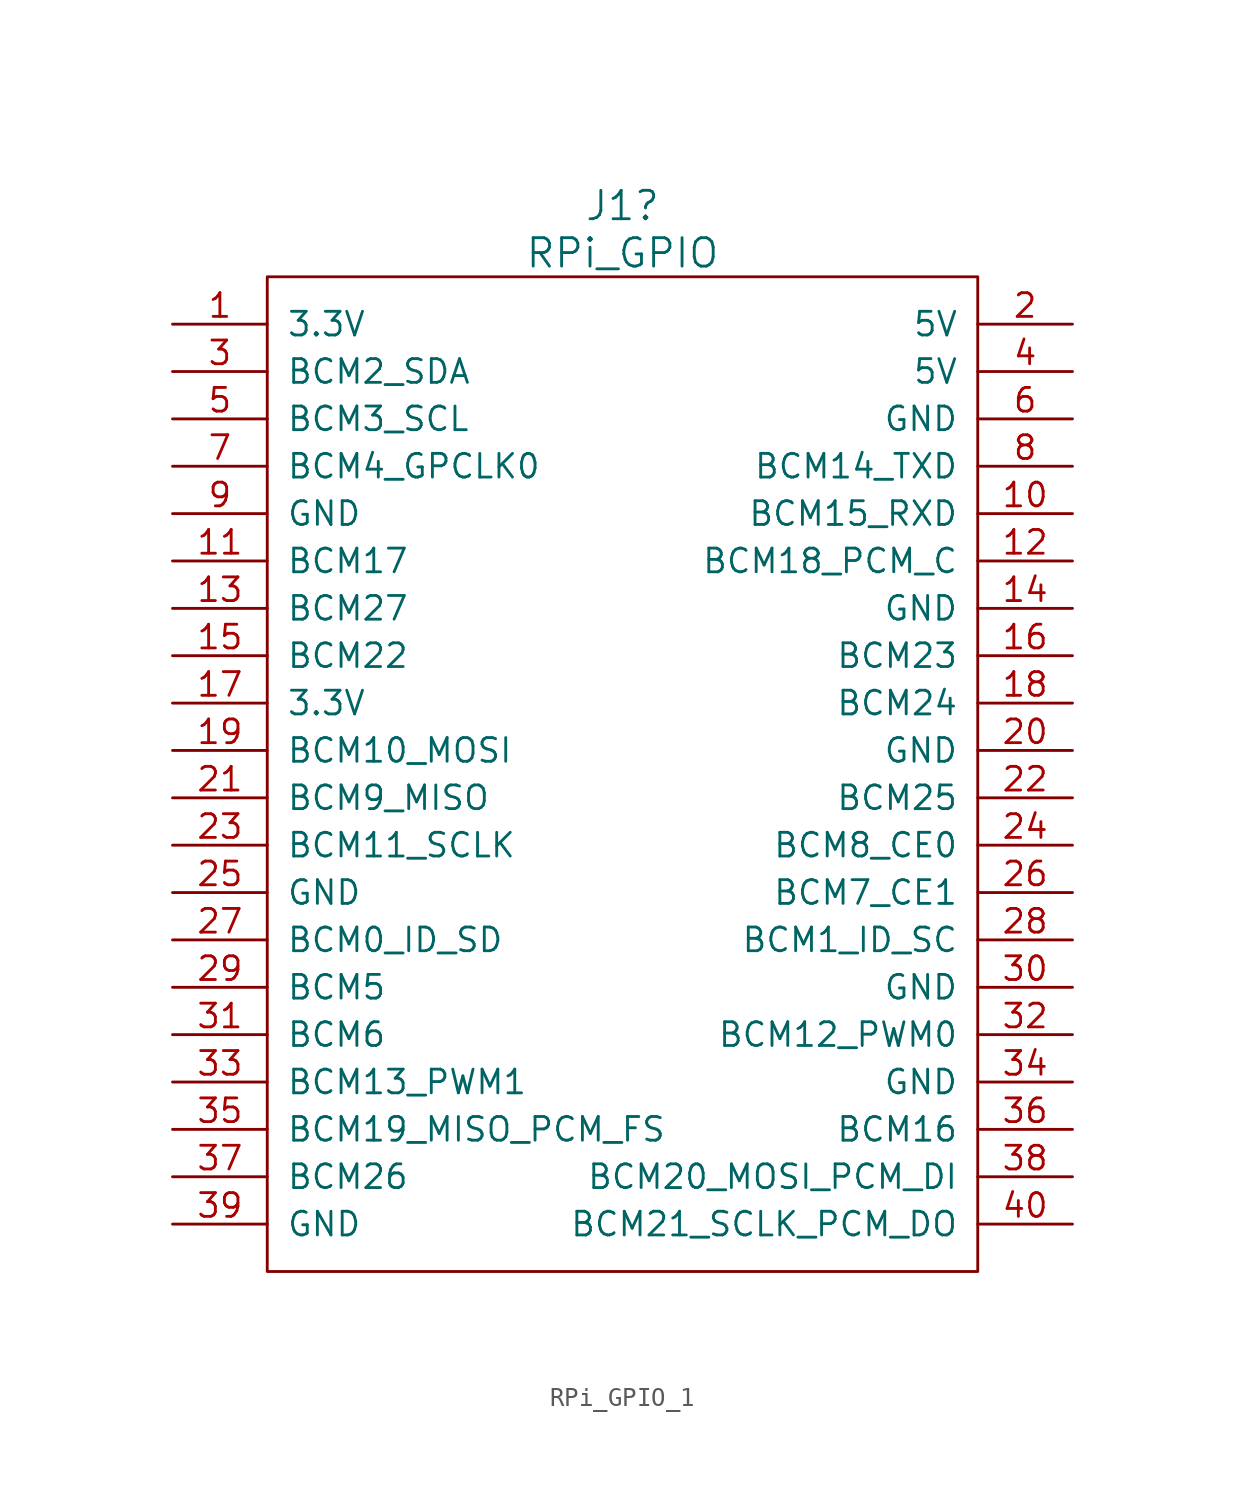
<source format=kicad_sym>
(kicad_symbol_lib
  (version 20231120)
  (generator "kicad_symbol_editor")
  (generator_version "8.0")
  (symbol "RPi_GPIO_1"
    (pin_names
      (offset 1.016))
    (property "Reference" "J1"
      (at 19.05 6.35 0)
      (effects (font (size 1.524 1.524))))
    (property "Value" "RPi_GPIO"
      (at 19.05 3.81 0)
      (effects (font (size 1.524 1.524))))
    (property "Datasheet" ""
      (at 0 0 0)
      (effects (font (size 1.524 1.524))))
    (symbol "RPi_GPIO_1_0_1"
      (rectangle (start 0 2.54) (end 38.1 -50.8) (stroke (width 0) (type solid)) (fill (type none))))
    (symbol "RPi_GPIO_1_1_1"
      (pin power_in line (at -5.08 0 0) (length 5.08) (name "3.3V" (effects (font (size 1.27 1.27)))) (number "1" (effects (font (size 1.27 1.27)))))
      (pin bidirectional line (at 43.18 -10.16 180) (length 5.08) (name "BCM15_RXD" (effects (font (size 1.27 1.27)))) (number "10" (effects (font (size 1.27 1.27)))))
      (pin bidirectional line (at -5.08 -12.7 0) (length 5.08) (name "BCM17" (effects (font (size 1.27 1.27)))) (number "11" (effects (font (size 1.27 1.27)))))
      (pin bidirectional line (at 43.18 -12.7 180) (length 5.08) (name "BCM18_PCM_C" (effects (font (size 1.27 1.27)))) (number "12" (effects (font (size 1.27 1.27)))))
      (pin bidirectional line (at -5.08 -15.24 0) (length 5.08) (name "BCM27" (effects (font (size 1.27 1.27)))) (number "13" (effects (font (size 1.27 1.27)))))
      (pin power_in line (at 43.18 -15.24 180) (length 5.08) (name "GND" (effects (font (size 1.27 1.27)))) (number "14" (effects (font (size 1.27 1.27)))))
      (pin bidirectional line (at -5.08 -17.78 0) (length 5.08) (name "BCM22" (effects (font (size 1.27 1.27)))) (number "15" (effects (font (size 1.27 1.27)))))
      (pin bidirectional line (at 43.18 -17.78 180) (length 5.08) (name "BCM23" (effects (font (size 1.27 1.27)))) (number "16" (effects (font (size 1.27 1.27)))))
      (pin power_in line (at -5.08 -20.32 0) (length 5.08) (name "3.3V" (effects (font (size 1.27 1.27)))) (number "17" (effects (font (size 1.27 1.27)))))
      (pin bidirectional line (at 43.18 -20.32 180) (length 5.08) (name "BCM24" (effects (font (size 1.27 1.27)))) (number "18" (effects (font (size 1.27 1.27)))))
      (pin bidirectional line (at -5.08 -22.86 0) (length 5.08) (name "BCM10_MOSI" (effects (font (size 1.27 1.27)))) (number "19" (effects (font (size 1.27 1.27)))))
      (pin power_in line (at 43.18 0 180) (length 5.08) (name "5V" (effects (font (size 1.27 1.27)))) (number "2" (effects (font (size 1.27 1.27)))))
      (pin power_in line (at 43.18 -22.86 180) (length 5.08) (name "GND" (effects (font (size 1.27 1.27)))) (number "20" (effects (font (size 1.27 1.27)))))
      (pin bidirectional line (at -5.08 -25.4 0) (length 5.08) (name "BCM9_MISO" (effects (font (size 1.27 1.27)))) (number "21" (effects (font (size 1.27 1.27)))))
      (pin bidirectional line (at 43.18 -25.4 180) (length 5.08) (name "BCM25" (effects (font (size 1.27 1.27)))) (number "22" (effects (font (size 1.27 1.27)))))
      (pin bidirectional line (at -5.08 -27.94 0) (length 5.08) (name "BCM11_SCLK" (effects (font (size 1.27 1.27)))) (number "23" (effects (font (size 1.27 1.27)))))
      (pin bidirectional line (at 43.18 -27.94 180) (length 5.08) (name "BCM8_CE0" (effects (font (size 1.27 1.27)))) (number "24" (effects (font (size 1.27 1.27)))))
      (pin power_in line (at -5.08 -30.48 0) (length 5.08) (name "GND" (effects (font (size 1.27 1.27)))) (number "25" (effects (font (size 1.27 1.27)))))
      (pin bidirectional line (at 43.18 -30.48 180) (length 5.08) (name "BCM7_CE1" (effects (font (size 1.27 1.27)))) (number "26" (effects (font (size 1.27 1.27)))))
      (pin bidirectional line (at -5.08 -33.02 0) (length 5.08) (name "BCM0_ID_SD" (effects (font (size 1.27 1.27)))) (number "27" (effects (font (size 1.27 1.27)))))
      (pin bidirectional line (at 43.18 -33.02 180) (length 5.08) (name "BCM1_ID_SC" (effects (font (size 1.27 1.27)))) (number "28" (effects (font (size 1.27 1.27)))))
      (pin bidirectional line (at -5.08 -35.56 0) (length 5.08) (name "BCM5" (effects (font (size 1.27 1.27)))) (number "29" (effects (font (size 1.27 1.27)))))
      (pin bidirectional line (at -5.08 -2.54 0) (length 5.08) (name "BCM2_SDA" (effects (font (size 1.27 1.27)))) (number "3" (effects (font (size 1.27 1.27)))))
      (pin power_in line (at 43.18 -35.56 180) (length 5.08) (name "GND" (effects (font (size 1.27 1.27)))) (number "30" (effects (font (size 1.27 1.27)))))
      (pin bidirectional line (at -5.08 -38.1 0) (length 5.08) (name "BCM6" (effects (font (size 1.27 1.27)))) (number "31" (effects (font (size 1.27 1.27)))))
      (pin bidirectional line (at 43.18 -38.1 180) (length 5.08) (name "BCM12_PWM0" (effects (font (size 1.27 1.27)))) (number "32" (effects (font (size 1.27 1.27)))))
      (pin bidirectional line (at -5.08 -40.64 0) (length 5.08) (name "BCM13_PWM1" (effects (font (size 1.27 1.27)))) (number "33" (effects (font (size 1.27 1.27)))))
      (pin power_in line (at 43.18 -40.64 180) (length 5.08) (name "GND" (effects (font (size 1.27 1.27)))) (number "34" (effects (font (size 1.27 1.27)))))
      (pin bidirectional line (at -5.08 -43.18 0) (length 5.08) (name "BCM19_MISO_PCM_FS" (effects (font (size 1.27 1.27)))) (number "35" (effects (font (size 1.27 1.27)))))
      (pin bidirectional line (at 43.18 -43.18 180) (length 5.08) (name "BCM16" (effects (font (size 1.27 1.27)))) (number "36" (effects (font (size 1.27 1.27)))))
      (pin bidirectional line (at -5.08 -45.72 0) (length 5.08) (name "BCM26" (effects (font (size 1.27 1.27)))) (number "37" (effects (font (size 1.27 1.27)))))
      (pin bidirectional line (at 43.18 -45.72 180) (length 5.08) (name "BCM20_MOSI_PCM_DI" (effects (font (size 1.27 1.27)))) (number "38" (effects (font (size 1.27 1.27)))))
      (pin power_in line (at -5.08 -48.26 0) (length 5.08) (name "GND" (effects (font (size 1.27 1.27)))) (number "39" (effects (font (size 1.27 1.27)))))
      (pin power_in line (at 43.18 -2.54 180) (length 5.08) (name "5V" (effects (font (size 1.27 1.27)))) (number "4" (effects (font (size 1.27 1.27)))))
      (pin bidirectional line (at 43.18 -48.26 180) (length 5.08) (name "BCM21_SCLK_PCM_DO" (effects (font (size 1.27 1.27)))) (number "40" (effects (font (size 1.27 1.27)))))
      (pin bidirectional line (at -5.08 -5.08 0) (length 5.08) (name "BCM3_SCL" (effects (font (size 1.27 1.27)))) (number "5" (effects (font (size 1.27 1.27)))))
      (pin power_in line (at 43.18 -5.08 180) (length 5.08) (name "GND" (effects (font (size 1.27 1.27)))) (number "6" (effects (font (size 1.27 1.27)))))
      (pin bidirectional line (at -5.08 -7.62 0) (length 5.08) (name "BCM4_GPCLK0" (effects (font (size 1.27 1.27)))) (number "7" (effects (font (size 1.27 1.27)))))
      (pin bidirectional line (at 43.18 -7.62 180) (length 5.08) (name "BCM14_TXD" (effects (font (size 1.27 1.27)))) (number "8" (effects (font (size 1.27 1.27)))))
      (pin power_in line (at -5.08 -10.16 0) (length 5.08) (name "GND" (effects (font (size 1.27 1.27)))) (number "9" (effects (font (size 1.27 1.27))))))))
</source>
